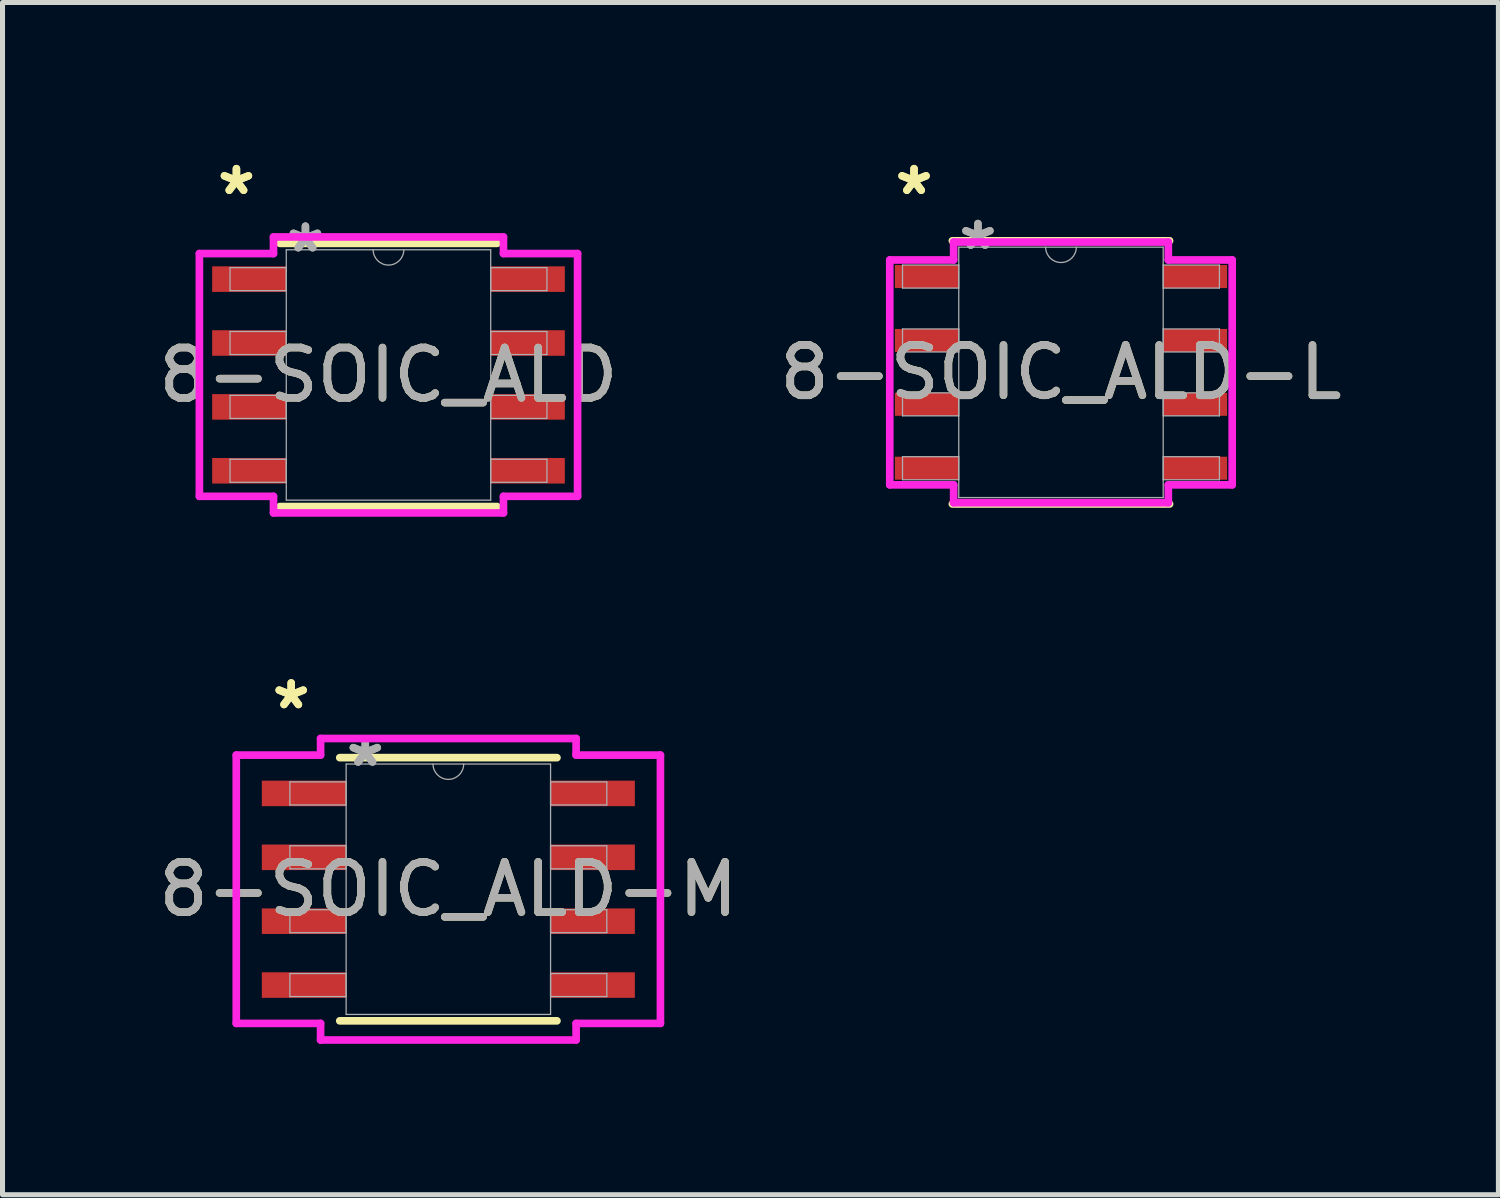
<source format=kicad_pcb>
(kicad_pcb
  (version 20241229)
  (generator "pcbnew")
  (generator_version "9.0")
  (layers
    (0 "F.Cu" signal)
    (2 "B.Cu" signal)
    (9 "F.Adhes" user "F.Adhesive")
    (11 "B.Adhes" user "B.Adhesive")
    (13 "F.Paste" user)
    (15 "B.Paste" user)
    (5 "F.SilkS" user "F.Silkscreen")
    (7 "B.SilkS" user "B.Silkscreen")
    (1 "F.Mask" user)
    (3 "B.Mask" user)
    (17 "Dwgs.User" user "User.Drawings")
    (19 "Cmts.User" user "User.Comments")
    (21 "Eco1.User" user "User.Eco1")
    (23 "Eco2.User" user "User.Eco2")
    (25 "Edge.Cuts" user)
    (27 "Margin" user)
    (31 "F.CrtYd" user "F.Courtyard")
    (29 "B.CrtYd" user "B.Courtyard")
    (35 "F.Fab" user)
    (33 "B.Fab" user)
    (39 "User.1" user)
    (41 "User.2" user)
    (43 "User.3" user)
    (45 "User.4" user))
  (footprint "8-SOIC_ALD-M"
    (layer "F.Cu")
    (at 5.863 14.628)
    (property "Reference" "8-SOIC_ALD-M" (at 0 0 0) (unlocked yes) (layer "F.SilkS") (effects (font (size 1 1) (thickness 0.15))))
    (attr smd)
    (fp_line (start -2.159 2.616) (end 2.159 2.616) (stroke (width 0.152) (type solid)) (layer "F.SilkS"))
    (fp_line (start 2.159 -2.616) (end -2.159 -2.616) (stroke (width 0.152) (type solid)) (layer "F.SilkS"))
    (fp_line (start -4.216 -2.667) (end -2.54 -2.667) (stroke (width 0.152) (type solid)) (layer "F.CrtYd"))
    (fp_line (start -4.216 2.667) (end -4.216 -2.667) (stroke (width 0.152) (type solid)) (layer "F.CrtYd"))
    (fp_line (start -4.216 2.667) (end -2.54 2.667) (stroke (width 0.152) (type solid)) (layer "F.CrtYd"))
    (fp_line (start -2.54 -2.997) (end 2.54 -2.997) (stroke (width 0.152) (type solid)) (layer "F.CrtYd"))
    (fp_line (start -2.54 -2.667) (end -2.54 -2.997) (stroke (width 0.152) (type solid)) (layer "F.CrtYd"))
    (fp_line (start -2.54 2.997) (end -2.54 2.667) (stroke (width 0.152) (type solid)) (layer "F.CrtYd"))
    (fp_line (start 2.54 -2.997) (end 2.54 -2.667) (stroke (width 0.152) (type solid)) (layer "F.CrtYd"))
    (fp_line (start 2.54 2.667) (end 2.54 2.997) (stroke (width 0.152) (type solid)) (layer "F.CrtYd"))
    (fp_line (start 2.54 2.997) (end -2.54 2.997) (stroke (width 0.152) (type solid)) (layer "F.CrtYd"))
    (fp_line (start 4.216 -2.667) (end 2.54 -2.667) (stroke (width 0.152) (type solid)) (layer "F.CrtYd"))
    (fp_line (start 4.216 -2.667) (end 4.216 2.667) (stroke (width 0.152) (type solid)) (layer "F.CrtYd"))
    (fp_line (start 4.216 2.667) (end 2.54 2.667) (stroke (width 0.152) (type solid)) (layer "F.CrtYd"))
    (fp_line (start -3.15 -2.134) (end -3.15 -1.676) (stroke (width 0.025) (type solid)) (layer "F.Fab"))
    (fp_line (start -3.15 -1.676) (end -2.032 -1.676) (stroke (width 0.025) (type solid)) (layer "F.Fab"))
    (fp_line (start -3.15 -0.864) (end -3.15 -0.406) (stroke (width 0.025) (type solid)) (layer "F.Fab"))
    (fp_line (start -3.15 -0.406) (end -2.032 -0.406) (stroke (width 0.025) (type solid)) (layer "F.Fab"))
    (fp_line (start -3.15 0.406) (end -3.15 0.864) (stroke (width 0.025) (type solid)) (layer "F.Fab"))
    (fp_line (start -3.15 0.864) (end -2.032 0.864) (stroke (width 0.025) (type solid)) (layer "F.Fab"))
    (fp_line (start -3.15 1.676) (end -3.15 2.134) (stroke (width 0.025) (type solid)) (layer "F.Fab"))
    (fp_line (start -3.15 2.134) (end -2.032 2.134) (stroke (width 0.025) (type solid)) (layer "F.Fab"))
    (fp_line (start -2.032 -2.489) (end -2.032 2.489) (stroke (width 0.025) (type solid)) (layer "F.Fab"))
    (fp_line (start -2.032 -2.134) (end -3.15 -2.134) (stroke (width 0.025) (type solid)) (layer "F.Fab"))
    (fp_line (start -2.032 -1.676) (end -2.032 -2.134) (stroke (width 0.025) (type solid)) (layer "F.Fab"))
    (fp_line (start -2.032 -0.864) (end -3.15 -0.864) (stroke (width 0.025) (type solid)) (layer "F.Fab"))
    (fp_line (start -2.032 -0.406) (end -2.032 -0.864) (stroke (width 0.025) (type solid)) (layer "F.Fab"))
    (fp_line (start -2.032 0.406) (end -3.15 0.406) (stroke (width 0.025) (type solid)) (layer "F.Fab"))
    (fp_line (start -2.032 0.864) (end -2.032 0.406) (stroke (width 0.025) (type solid)) (layer "F.Fab"))
    (fp_line (start -2.032 1.676) (end -3.15 1.676) (stroke (width 0.025) (type solid)) (layer "F.Fab"))
    (fp_line (start -2.032 2.134) (end -2.032 1.676) (stroke (width 0.025) (type solid)) (layer "F.Fab"))
    (fp_line (start -2.032 2.489) (end 2.032 2.489) (stroke (width 0.025) (type solid)) (layer "F.Fab"))
    (fp_line (start 2.032 -2.489) (end -2.032 -2.489) (stroke (width 0.025) (type solid)) (layer "F.Fab"))
    (fp_line (start 2.032 -2.134) (end 2.032 -1.676) (stroke (width 0.025) (type solid)) (layer "F.Fab"))
    (fp_line (start 2.032 -1.676) (end 3.15 -1.676) (stroke (width 0.025) (type solid)) (layer "F.Fab"))
    (fp_line (start 2.032 -0.864) (end 2.032 -0.406) (stroke (width 0.025) (type solid)) (layer "F.Fab"))
    (fp_line (start 2.032 -0.406) (end 3.15 -0.406) (stroke (width 0.025) (type solid)) (layer "F.Fab"))
    (fp_line (start 2.032 0.406) (end 2.032 0.864) (stroke (width 0.025) (type solid)) (layer "F.Fab"))
    (fp_line (start 2.032 0.864) (end 3.15 0.864) (stroke (width 0.025) (type solid)) (layer "F.Fab"))
    (fp_line (start 2.032 1.676) (end 2.032 2.134) (stroke (width 0.025) (type solid)) (layer "F.Fab"))
    (fp_line (start 2.032 2.134) (end 3.15 2.134) (stroke (width 0.025) (type solid)) (layer "F.Fab"))
    (fp_line (start 2.032 2.489) (end 2.032 -2.489) (stroke (width 0.025) (type solid)) (layer "F.Fab"))
    (fp_line (start 3.15 -2.134) (end 2.032 -2.134) (stroke (width 0.025) (type solid)) (layer "F.Fab"))
    (fp_line (start 3.15 -1.676) (end 3.15 -2.134) (stroke (width 0.025) (type solid)) (layer "F.Fab"))
    (fp_line (start 3.15 -0.864) (end 2.032 -0.864) (stroke (width 0.025) (type solid)) (layer "F.Fab"))
    (fp_line (start 3.15 -0.406) (end 3.15 -0.864) (stroke (width 0.025) (type solid)) (layer "F.Fab"))
    (fp_line (start 3.15 0.406) (end 2.032 0.406) (stroke (width 0.025) (type solid)) (layer "F.Fab"))
    (fp_line (start 3.15 0.864) (end 3.15 0.406) (stroke (width 0.025) (type solid)) (layer "F.Fab"))
    (fp_line (start 3.15 1.676) (end 2.032 1.676) (stroke (width 0.025) (type solid)) (layer "F.Fab"))
    (fp_line (start 3.15 2.134) (end 3.15 1.676) (stroke (width 0.025) (type solid)) (layer "F.Fab"))
    (fp_arc (start 0.3048 -2.4892) (mid 0 -2.1844) (end -0.3048 -2.4892) (stroke (width 0.0254) (type solid)) (layer "F.Fab"))
    (fp_text user "*" (at -3.124 -3.556 0) (unlocked yes) (layer "F.SilkS") (effects (font (size 1 1) (thickness 0.15))))
    (fp_text user "*" (at -3.124 -3.556 0) (layer "F.SilkS") (effects (font (size 1 1) (thickness 0.15))))
    (fp_text user "*" (at -1.651 -2.413 0) (layer "F.Fab") (effects (font (size 1 1) (thickness 0.15))))
    (fp_text user "${REFERENCE}" (at 0 0 0) (unlocked yes) (layer "F.Fab") (effects (font (size 1 1) (thickness 0.15))))
    (fp_text user "*" (at -1.651 -2.413 0) (unlocked yes) (layer "F.Fab") (effects (font (size 1 1) (thickness 0.15))))
    (pad "1" smd rect (at -2.87 -1.905) (size 1.676 0.508) (layers "F.Cu" "F.Mask" "F.Paste"))
    (pad "2" smd rect (at -2.87 -0.635) (size 1.676 0.508) (layers "F.Cu" "F.Mask" "F.Paste"))
    (pad "3" smd rect (at -2.87 0.635) (size 1.676 0.508) (layers "F.Cu" "F.Mask" "F.Paste"))
    (pad "4" smd rect (at -2.87 1.905) (size 1.676 0.508) (layers "F.Cu" "F.Mask" "F.Paste"))
    (pad "5" smd rect (at 2.87 1.905) (size 1.676 0.508) (layers "F.Cu" "F.Mask" "F.Paste"))
    (pad "6" smd rect (at 2.87 0.635) (size 1.676 0.508) (layers "F.Cu" "F.Mask" "F.Paste"))
    (pad "7" smd rect (at 2.87 -0.635) (size 1.676 0.508) (layers "F.Cu" "F.Mask" "F.Paste"))
    (pad "8" smd rect (at 2.87 -1.905) (size 1.676 0.508) (layers "F.Cu" "F.Mask" "F.Paste")))
  (footprint "8-SOIC_ALD-L"
    (layer "F.Cu")
    (at 18.042 4.353)
    (property "Reference" "8-SOIC_ALD-L" (at 0 0 0) (unlocked yes) (layer "F.SilkS") (effects (font (size 1 1) (thickness 0.15))))
    (attr smd)
    (fp_line (start -2.159 2.616) (end 2.159 2.616) (stroke (width 0.152) (type solid)) (layer "F.SilkS"))
    (fp_line (start 2.159 -2.616) (end -2.159 -2.616) (stroke (width 0.152) (type solid)) (layer "F.SilkS"))
    (fp_line (start -3.404 -2.235) (end -2.134 -2.235) (stroke (width 0.152) (type solid)) (layer "F.CrtYd"))
    (fp_line (start -3.404 2.235) (end -3.404 -2.235) (stroke (width 0.152) (type solid)) (layer "F.CrtYd"))
    (fp_line (start -3.404 2.235) (end -2.134 2.235) (stroke (width 0.152) (type solid)) (layer "F.CrtYd"))
    (fp_line (start -2.134 -2.591) (end 2.134 -2.591) (stroke (width 0.152) (type solid)) (layer "F.CrtYd"))
    (fp_line (start -2.134 -2.235) (end -2.134 -2.591) (stroke (width 0.152) (type solid)) (layer "F.CrtYd"))
    (fp_line (start -2.134 2.591) (end -2.134 2.235) (stroke (width 0.152) (type solid)) (layer "F.CrtYd"))
    (fp_line (start 2.134 -2.591) (end 2.134 -2.235) (stroke (width 0.152) (type solid)) (layer "F.CrtYd"))
    (fp_line (start 2.134 2.235) (end 2.134 2.591) (stroke (width 0.152) (type solid)) (layer "F.CrtYd"))
    (fp_line (start 2.134 2.591) (end -2.134 2.591) (stroke (width 0.152) (type solid)) (layer "F.CrtYd"))
    (fp_line (start 3.404 -2.235) (end 2.134 -2.235) (stroke (width 0.152) (type solid)) (layer "F.CrtYd"))
    (fp_line (start 3.404 -2.235) (end 3.404 2.235) (stroke (width 0.152) (type solid)) (layer "F.CrtYd"))
    (fp_line (start 3.404 2.235) (end 2.134 2.235) (stroke (width 0.152) (type solid)) (layer "F.CrtYd"))
    (fp_line (start -3.15 -2.134) (end -3.15 -1.676) (stroke (width 0.025) (type solid)) (layer "F.Fab"))
    (fp_line (start -3.15 -1.676) (end -2.032 -1.676) (stroke (width 0.025) (type solid)) (layer "F.Fab"))
    (fp_line (start -3.15 -0.864) (end -3.15 -0.406) (stroke (width 0.025) (type solid)) (layer "F.Fab"))
    (fp_line (start -3.15 -0.406) (end -2.032 -0.406) (stroke (width 0.025) (type solid)) (layer "F.Fab"))
    (fp_line (start -3.15 0.406) (end -3.15 0.864) (stroke (width 0.025) (type solid)) (layer "F.Fab"))
    (fp_line (start -3.15 0.864) (end -2.032 0.864) (stroke (width 0.025) (type solid)) (layer "F.Fab"))
    (fp_line (start -3.15 1.676) (end -3.15 2.134) (stroke (width 0.025) (type solid)) (layer "F.Fab"))
    (fp_line (start -3.15 2.134) (end -2.032 2.134) (stroke (width 0.025) (type solid)) (layer "F.Fab"))
    (fp_line (start -2.032 -2.489) (end -2.032 2.489) (stroke (width 0.025) (type solid)) (layer "F.Fab"))
    (fp_line (start -2.032 -2.134) (end -3.15 -2.134) (stroke (width 0.025) (type solid)) (layer "F.Fab"))
    (fp_line (start -2.032 -1.676) (end -2.032 -2.134) (stroke (width 0.025) (type solid)) (layer "F.Fab"))
    (fp_line (start -2.032 -0.864) (end -3.15 -0.864) (stroke (width 0.025) (type solid)) (layer "F.Fab"))
    (fp_line (start -2.032 -0.406) (end -2.032 -0.864) (stroke (width 0.025) (type solid)) (layer "F.Fab"))
    (fp_line (start -2.032 0.406) (end -3.15 0.406) (stroke (width 0.025) (type solid)) (layer "F.Fab"))
    (fp_line (start -2.032 0.864) (end -2.032 0.406) (stroke (width 0.025) (type solid)) (layer "F.Fab"))
    (fp_line (start -2.032 1.676) (end -3.15 1.676) (stroke (width 0.025) (type solid)) (layer "F.Fab"))
    (fp_line (start -2.032 2.134) (end -2.032 1.676) (stroke (width 0.025) (type solid)) (layer "F.Fab"))
    (fp_line (start -2.032 2.489) (end 2.032 2.489) (stroke (width 0.025) (type solid)) (layer "F.Fab"))
    (fp_line (start 2.032 -2.489) (end -2.032 -2.489) (stroke (width 0.025) (type solid)) (layer "F.Fab"))
    (fp_line (start 2.032 -2.134) (end 2.032 -1.676) (stroke (width 0.025) (type solid)) (layer "F.Fab"))
    (fp_line (start 2.032 -1.676) (end 3.15 -1.676) (stroke (width 0.025) (type solid)) (layer "F.Fab"))
    (fp_line (start 2.032 -0.864) (end 2.032 -0.406) (stroke (width 0.025) (type solid)) (layer "F.Fab"))
    (fp_line (start 2.032 -0.406) (end 3.15 -0.406) (stroke (width 0.025) (type solid)) (layer "F.Fab"))
    (fp_line (start 2.032 0.406) (end 2.032 0.864) (stroke (width 0.025) (type solid)) (layer "F.Fab"))
    (fp_line (start 2.032 0.864) (end 3.15 0.864) (stroke (width 0.025) (type solid)) (layer "F.Fab"))
    (fp_line (start 2.032 1.676) (end 2.032 2.134) (stroke (width 0.025) (type solid)) (layer "F.Fab"))
    (fp_line (start 2.032 2.134) (end 3.15 2.134) (stroke (width 0.025) (type solid)) (layer "F.Fab"))
    (fp_line (start 2.032 2.489) (end 2.032 -2.489) (stroke (width 0.025) (type solid)) (layer "F.Fab"))
    (fp_line (start 3.15 -2.134) (end 2.032 -2.134) (stroke (width 0.025) (type solid)) (layer "F.Fab"))
    (fp_line (start 3.15 -1.676) (end 3.15 -2.134) (stroke (width 0.025) (type solid)) (layer "F.Fab"))
    (fp_line (start 3.15 -0.864) (end 2.032 -0.864) (stroke (width 0.025) (type solid)) (layer "F.Fab"))
    (fp_line (start 3.15 -0.406) (end 3.15 -0.864) (stroke (width 0.025) (type solid)) (layer "F.Fab"))
    (fp_line (start 3.15 0.406) (end 2.032 0.406) (stroke (width 0.025) (type solid)) (layer "F.Fab"))
    (fp_line (start 3.15 0.864) (end 3.15 0.406) (stroke (width 0.025) (type solid)) (layer "F.Fab"))
    (fp_line (start 3.15 1.676) (end 2.032 1.676) (stroke (width 0.025) (type solid)) (layer "F.Fab"))
    (fp_line (start 3.15 2.134) (end 3.15 1.676) (stroke (width 0.025) (type solid)) (layer "F.Fab"))
    (fp_arc (start 0.3048 -2.4892) (mid 0 -2.1844) (end -0.3048 -2.4892) (stroke (width 0.0254) (type solid)) (layer "F.Fab"))
    (fp_text user "*" (at -2.921 -3.505 0) (layer "F.SilkS") (effects (font (size 1 1) (thickness 0.15))))
    (fp_text user "*" (at -2.921 -3.505 0) (unlocked yes) (layer "F.SilkS") (effects (font (size 1 1) (thickness 0.15))))
    (fp_text user "*" (at -1.651 -2.413 0) (layer "F.Fab") (effects (font (size 1 1) (thickness 0.15))))
    (fp_text user "*" (at -1.651 -2.413 0) (unlocked yes) (layer "F.Fab") (effects (font (size 1 1) (thickness 0.15))))
    (fp_text user "${REFERENCE}" (at 0 0 0) (unlocked yes) (layer "F.Fab") (effects (font (size 1 1) (thickness 0.15))))
    (pad "1" smd rect (at -2.667 -1.905) (size 1.27 0.457) (layers "F.Cu" "F.Mask" "F.Paste"))
    (pad "2" smd rect (at -2.667 -0.635) (size 1.27 0.457) (layers "F.Cu" "F.Mask" "F.Paste"))
    (pad "3" smd rect (at -2.667 0.635) (size 1.27 0.457) (layers "F.Cu" "F.Mask" "F.Paste"))
    (pad "4" smd rect (at -2.667 1.905) (size 1.27 0.457) (layers "F.Cu" "F.Mask" "F.Paste"))
    (pad "5" smd rect (at 2.667 1.905) (size 1.27 0.457) (layers "F.Cu" "F.Mask" "F.Paste"))
    (pad "6" smd rect (at 2.667 0.635) (size 1.27 0.457) (layers "F.Cu" "F.Mask" "F.Paste"))
    (pad "7" smd rect (at 2.667 -0.635) (size 1.27 0.457) (layers "F.Cu" "F.Mask" "F.Paste"))
    (pad "8" smd rect (at 2.667 -1.905) (size 1.27 0.457) (layers "F.Cu" "F.Mask" "F.Paste")))
  (footprint "8-SOIC_ALD"
    (layer "F.Cu")
    (at 4.673 4.404)
    (property "Reference" "8-SOIC_ALD" (at 0 0 0) (unlocked yes) (layer "F.SilkS") (effects (font (size 1 1) (thickness 0.15))))
    (attr smd)
    (fp_line (start -2.159 2.616) (end 2.159 2.616) (stroke (width 0.152) (type solid)) (layer "F.SilkS"))
    (fp_line (start 2.159 -2.616) (end -2.159 -2.616) (stroke (width 0.152) (type solid)) (layer "F.SilkS"))
    (fp_line (start -3.759 -2.413) (end -2.286 -2.413) (stroke (width 0.152) (type solid)) (layer "F.CrtYd"))
    (fp_line (start -3.759 2.413) (end -3.759 -2.413) (stroke (width 0.152) (type solid)) (layer "F.CrtYd"))
    (fp_line (start -3.759 2.413) (end -2.286 2.413) (stroke (width 0.152) (type solid)) (layer "F.CrtYd"))
    (fp_line (start -2.286 -2.743) (end 2.286 -2.743) (stroke (width 0.152) (type solid)) (layer "F.CrtYd"))
    (fp_line (start -2.286 -2.413) (end -2.286 -2.743) (stroke (width 0.152) (type solid)) (layer "F.CrtYd"))
    (fp_line (start -2.286 2.743) (end -2.286 2.413) (stroke (width 0.152) (type solid)) (layer "F.CrtYd"))
    (fp_line (start 2.286 -2.743) (end 2.286 -2.413) (stroke (width 0.152) (type solid)) (layer "F.CrtYd"))
    (fp_line (start 2.286 2.413) (end 2.286 2.743) (stroke (width 0.152) (type solid)) (layer "F.CrtYd"))
    (fp_line (start 2.286 2.743) (end -2.286 2.743) (stroke (width 0.152) (type solid)) (layer "F.CrtYd"))
    (fp_line (start 3.759 -2.413) (end 2.286 -2.413) (stroke (width 0.152) (type solid)) (layer "F.CrtYd"))
    (fp_line (start 3.759 -2.413) (end 3.759 2.413) (stroke (width 0.152) (type solid)) (layer "F.CrtYd"))
    (fp_line (start 3.759 2.413) (end 2.286 2.413) (stroke (width 0.152) (type solid)) (layer "F.CrtYd"))
    (fp_line (start -3.15 -2.134) (end -3.15 -1.676) (stroke (width 0.025) (type solid)) (layer "F.Fab"))
    (fp_line (start -3.15 -1.676) (end -2.032 -1.676) (stroke (width 0.025) (type solid)) (layer "F.Fab"))
    (fp_line (start -3.15 -0.864) (end -3.15 -0.406) (stroke (width 0.025) (type solid)) (layer "F.Fab"))
    (fp_line (start -3.15 -0.406) (end -2.032 -0.406) (stroke (width 0.025) (type solid)) (layer "F.Fab"))
    (fp_line (start -3.15 0.406) (end -3.15 0.864) (stroke (width 0.025) (type solid)) (layer "F.Fab"))
    (fp_line (start -3.15 0.864) (end -2.032 0.864) (stroke (width 0.025) (type solid)) (layer "F.Fab"))
    (fp_line (start -3.15 1.676) (end -3.15 2.134) (stroke (width 0.025) (type solid)) (layer "F.Fab"))
    (fp_line (start -3.15 2.134) (end -2.032 2.134) (stroke (width 0.025) (type solid)) (layer "F.Fab"))
    (fp_line (start -2.032 -2.489) (end -2.032 2.489) (stroke (width 0.025) (type solid)) (layer "F.Fab"))
    (fp_line (start -2.032 -2.134) (end -3.15 -2.134) (stroke (width 0.025) (type solid)) (layer "F.Fab"))
    (fp_line (start -2.032 -1.676) (end -2.032 -2.134) (stroke (width 0.025) (type solid)) (layer "F.Fab"))
    (fp_line (start -2.032 -0.864) (end -3.15 -0.864) (stroke (width 0.025) (type solid)) (layer "F.Fab"))
    (fp_line (start -2.032 -0.406) (end -2.032 -0.864) (stroke (width 0.025) (type solid)) (layer "F.Fab"))
    (fp_line (start -2.032 0.406) (end -3.15 0.406) (stroke (width 0.025) (type solid)) (layer "F.Fab"))
    (fp_line (start -2.032 0.864) (end -2.032 0.406) (stroke (width 0.025) (type solid)) (layer "F.Fab"))
    (fp_line (start -2.032 1.676) (end -3.15 1.676) (stroke (width 0.025) (type solid)) (layer "F.Fab"))
    (fp_line (start -2.032 2.134) (end -2.032 1.676) (stroke (width 0.025) (type solid)) (layer "F.Fab"))
    (fp_line (start -2.032 2.489) (end 2.032 2.489) (stroke (width 0.025) (type solid)) (layer "F.Fab"))
    (fp_line (start 2.032 -2.489) (end -2.032 -2.489) (stroke (width 0.025) (type solid)) (layer "F.Fab"))
    (fp_line (start 2.032 -2.134) (end 2.032 -1.676) (stroke (width 0.025) (type solid)) (layer "F.Fab"))
    (fp_line (start 2.032 -1.676) (end 3.15 -1.676) (stroke (width 0.025) (type solid)) (layer "F.Fab"))
    (fp_line (start 2.032 -0.864) (end 2.032 -0.406) (stroke (width 0.025) (type solid)) (layer "F.Fab"))
    (fp_line (start 2.032 -0.406) (end 3.15 -0.406) (stroke (width 0.025) (type solid)) (layer "F.Fab"))
    (fp_line (start 2.032 0.406) (end 2.032 0.864) (stroke (width 0.025) (type solid)) (layer "F.Fab"))
    (fp_line (start 2.032 0.864) (end 3.15 0.864) (stroke (width 0.025) (type solid)) (layer "F.Fab"))
    (fp_line (start 2.032 1.676) (end 2.032 2.134) (stroke (width 0.025) (type solid)) (layer "F.Fab"))
    (fp_line (start 2.032 2.134) (end 3.15 2.134) (stroke (width 0.025) (type solid)) (layer "F.Fab"))
    (fp_line (start 2.032 2.489) (end 2.032 -2.489) (stroke (width 0.025) (type solid)) (layer "F.Fab"))
    (fp_line (start 3.15 -2.134) (end 2.032 -2.134) (stroke (width 0.025) (type solid)) (layer "F.Fab"))
    (fp_line (start 3.15 -1.676) (end 3.15 -2.134) (stroke (width 0.025) (type solid)) (layer "F.Fab"))
    (fp_line (start 3.15 -0.864) (end 2.032 -0.864) (stroke (width 0.025) (type solid)) (layer "F.Fab"))
    (fp_line (start 3.15 -0.406) (end 3.15 -0.864) (stroke (width 0.025) (type solid)) (layer "F.Fab"))
    (fp_line (start 3.15 0.406) (end 2.032 0.406) (stroke (width 0.025) (type solid)) (layer "F.Fab"))
    (fp_line (start 3.15 0.864) (end 3.15 0.406) (stroke (width 0.025) (type solid)) (layer "F.Fab"))
    (fp_line (start 3.15 1.676) (end 2.032 1.676) (stroke (width 0.025) (type solid)) (layer "F.Fab"))
    (fp_line (start 3.15 2.134) (end 3.15 1.676) (stroke (width 0.025) (type solid)) (layer "F.Fab"))
    (fp_arc (start 0.3048 -2.4892) (mid 0 -2.1844) (end -0.3048 -2.4892) (stroke (width 0.0254) (type solid)) (layer "F.Fab"))
    (fp_text user "*" (at -3.023 -3.556 0) (unlocked yes) (layer "F.SilkS") (effects (font (size 1 1) (thickness 0.15))))
    (fp_text user "*" (at -3.023 -3.556 0) (layer "F.SilkS") (effects (font (size 1 1) (thickness 0.15))))
    (fp_text user "${REFERENCE}" (at 0 0 0) (unlocked yes) (layer "F.Fab") (effects (font (size 1 1) (thickness 0.15))))
    (fp_text user "*" (at -1.651 -2.413 0) (unlocked yes) (layer "F.Fab") (effects (font (size 1 1) (thickness 0.15))))
    (fp_text user "*" (at -1.651 -2.413 0) (layer "F.Fab") (effects (font (size 1 1) (thickness 0.15))))
    (pad "1" smd rect (at -2.769 -1.905) (size 1.473 0.508) (layers "F.Cu" "F.Mask" "F.Paste"))
    (pad "2" smd rect (at -2.769 -0.635) (size 1.473 0.508) (layers "F.Cu" "F.Mask" "F.Paste"))
    (pad "3" smd rect (at -2.769 0.635) (size 1.473 0.508) (layers "F.Cu" "F.Mask" "F.Paste"))
    (pad "4" smd rect (at -2.769 1.905) (size 1.473 0.508) (layers "F.Cu" "F.Mask" "F.Paste"))
    (pad "5" smd rect (at 2.769 1.905) (size 1.473 0.508) (layers "F.Cu" "F.Mask" "F.Paste"))
    (pad "6" smd rect (at 2.769 0.635) (size 1.473 0.508) (layers "F.Cu" "F.Mask" "F.Paste"))
    (pad "7" smd rect (at 2.769 -0.635) (size 1.473 0.508) (layers "F.Cu" "F.Mask" "F.Paste"))
    (pad "8" smd rect (at 2.769 -1.905) (size 1.473 0.508) (layers "F.Cu" "F.Mask" "F.Paste")))
  (gr_rect
    (start -3 -3)
    (end 26.738 20.701)
    (stroke (width 0.1) (type default))
    (fill no)
    (layer "Edge.Cuts")))
</source>
